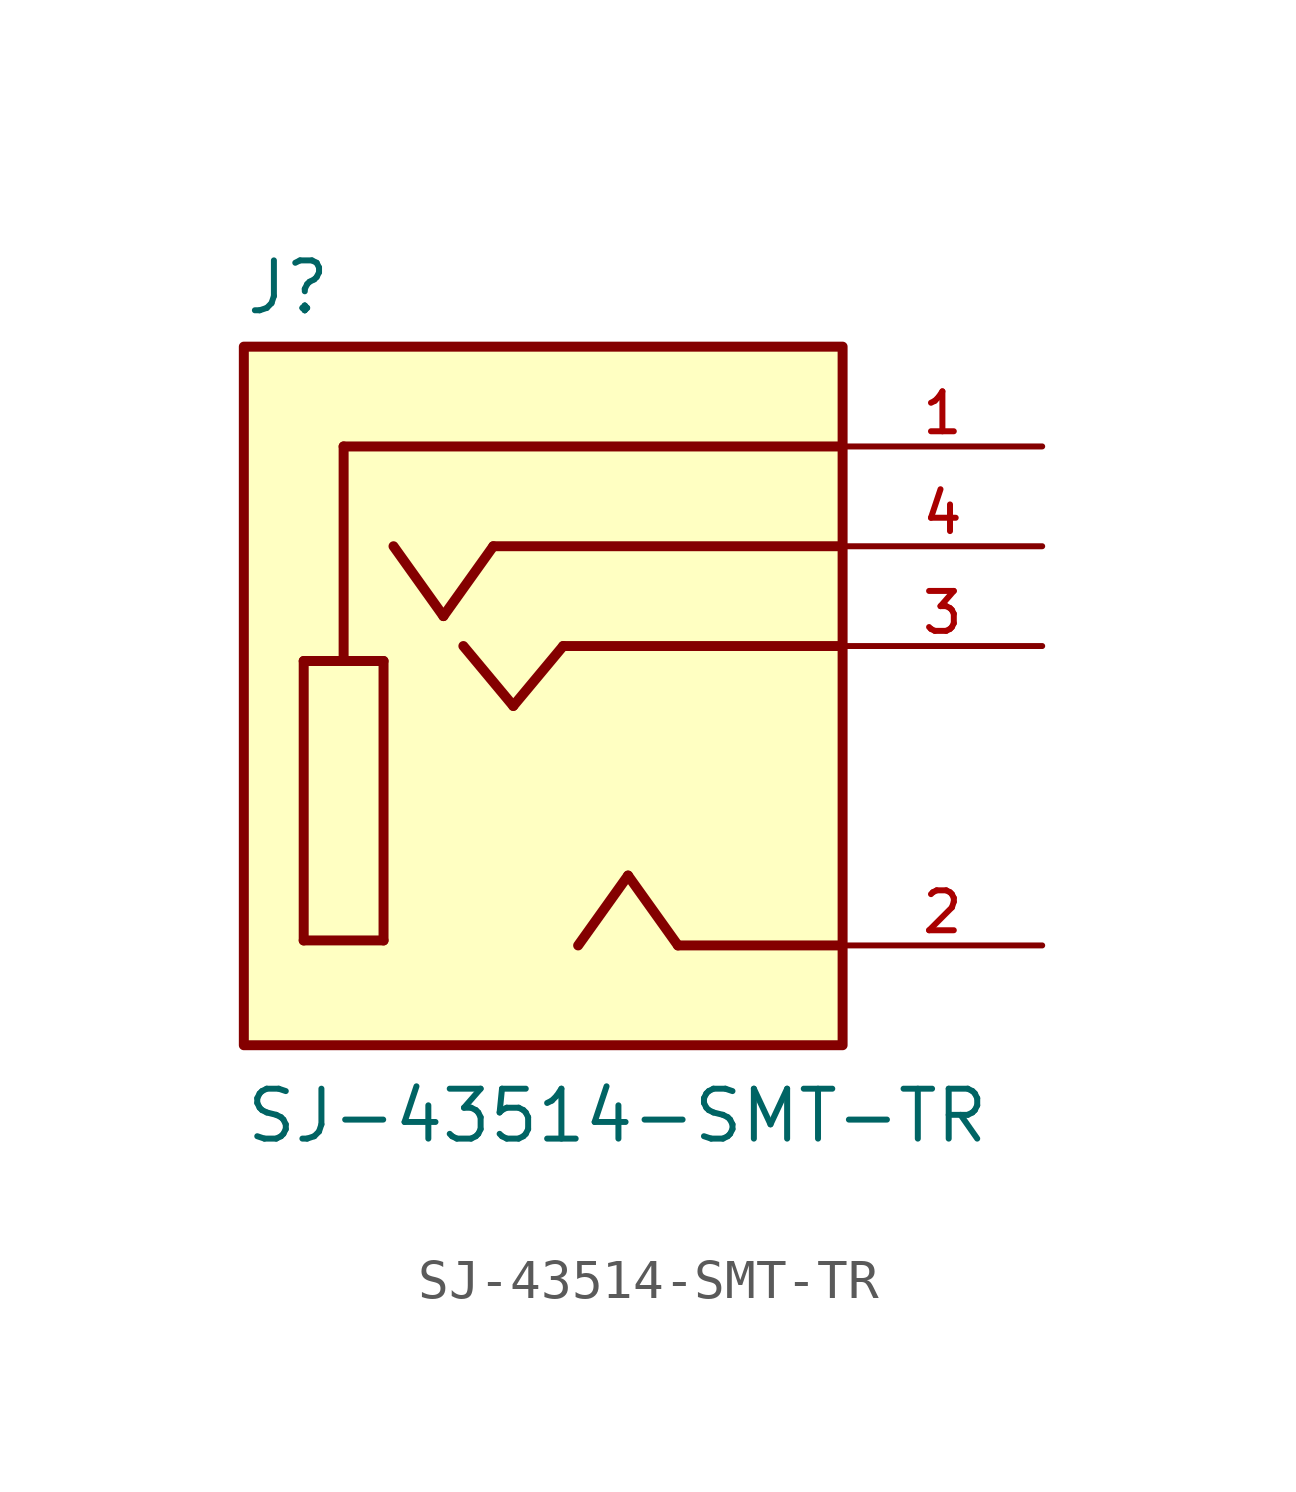
<source format=kicad_sym>
(kicad_symbol_lib
  (version 20231120)
  (generator "kicad_symbol_editor")
  (generator_version "8.0")
  (symbol "SJ-43514-SMT-TR"
    (pin_names
      (offset 1.016) hide)
    (property "Reference" "J"
      (at -7.62 8.382 0)
      (effects (font (size 1.27 1.27)) (justify left bottom)))
    (property "Value" "SJ-43514-SMT-TR"
      (at -7.62 -12.7 0)
      (effects (font (size 1.27 1.27)) (justify left bottom)))
    (property "ki_locked" ""
      (at 0 0 0)
      (effects (font (size 1.27 1.27))))
    (symbol "SJ-43514-SMT-TR_0_0"
      (rectangle (start -7.62 -10.16) (end 7.62 7.62) (stroke (width 0.254) (type solid)) (fill (type background)))
      (polyline (pts (xy -6.096 -7.493) (xy -4.064 -7.493)) (stroke (width 0.254) (type solid)) (fill (type none)))
      (polyline (pts (xy -6.096 -0.381) (xy -6.096 -7.493)) (stroke (width 0.254) (type solid)) (fill (type none)))
      (polyline (pts (xy -5.08 5.08) (xy -5.08 -0.254)) (stroke (width 0.254) (type solid)) (fill (type none)))
      (polyline (pts (xy -5.08 5.08) (xy 7.62 5.08)) (stroke (width 0.254) (type solid)) (fill (type none)))
      (polyline (pts (xy -4.064 -7.493) (xy -4.064 -0.381)) (stroke (width 0.254) (type solid)) (fill (type none)))
      (polyline (pts (xy -4.064 -0.381) (xy -6.096 -0.381)) (stroke (width 0.254) (type solid)) (fill (type none)))
      (polyline (pts (xy -3.81 2.54) (xy -2.54 0.762)) (stroke (width 0.254) (type solid)) (fill (type none)))
      (polyline (pts (xy -2.54 0.762) (xy -1.27 2.54)) (stroke (width 0.254) (type solid)) (fill (type none)))
      (polyline (pts (xy -2.032 0) (xy -0.762 -1.524)) (stroke (width 0.254) (type solid)) (fill (type none)))
      (polyline (pts (xy -1.27 2.54) (xy 7.62 2.54)) (stroke (width 0.254) (type solid)) (fill (type none)))
      (polyline (pts (xy -0.762 -1.524) (xy 0.508 0)) (stroke (width 0.254) (type solid)) (fill (type none)))
      (polyline (pts (xy 0.508 0) (xy 7.62 0)) (stroke (width 0.254) (type solid)) (fill (type none)))
      (polyline (pts (xy 0.889 -7.62) (xy 2.159 -5.842)) (stroke (width 0.254) (type solid)) (fill (type none)))
      (polyline (pts (xy 2.159 -5.842) (xy 3.429 -7.62)) (stroke (width 0.254) (type solid)) (fill (type none)))
      (polyline (pts (xy 3.429 -7.62) (xy 7.62 -7.62)) (stroke (width 0.254) (type solid)) (fill (type none)))
      (pin passive line (at 12.7 5.08 180) (length 5.08) (name "~" (effects (font (size 1.016 1.016)))) (number "1" (effects (font (size 1.016 1.016)))))
      (pin passive line (at 12.7 -7.62 180) (length 5.08) (name "~" (effects (font (size 1.016 1.016)))) (number "2" (effects (font (size 1.016 1.016)))))
      (pin passive line (at 12.7 0 180) (length 5.08) (name "~" (effects (font (size 1.016 1.016)))) (number "3" (effects (font (size 1.016 1.016)))))
      (pin passive line (at 12.7 2.54 180) (length 5.08) (name "~" (effects (font (size 1.016 1.016)))) (number "4" (effects (font (size 1.016 1.016))))))))
</source>
